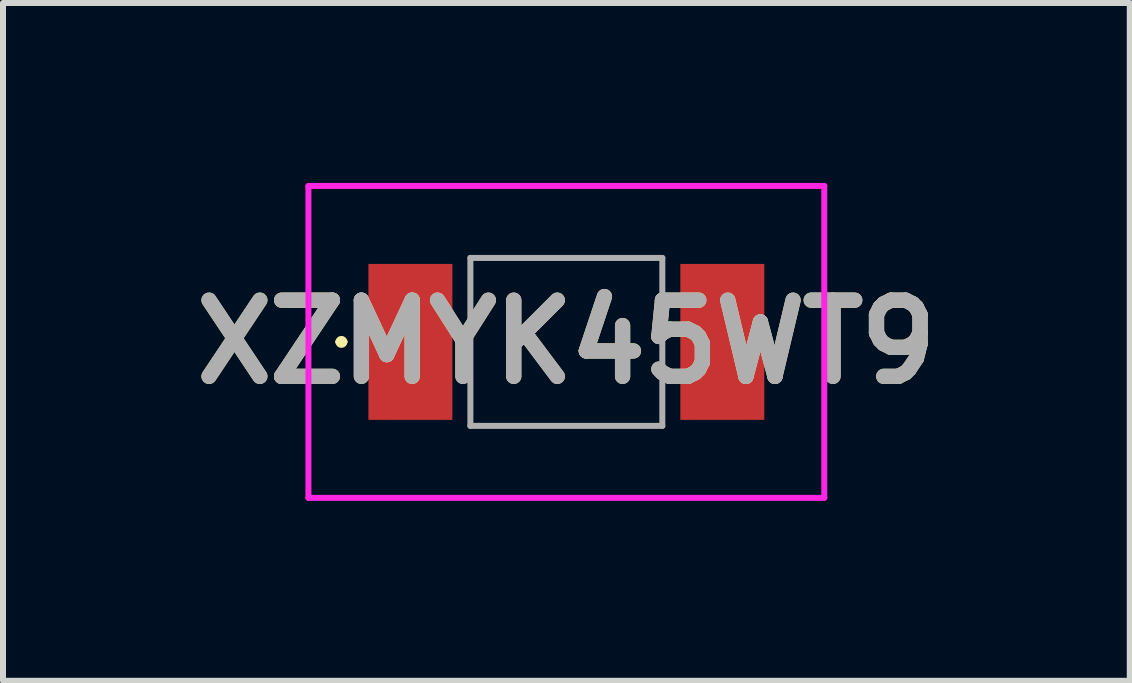
<source format=kicad_pcb>
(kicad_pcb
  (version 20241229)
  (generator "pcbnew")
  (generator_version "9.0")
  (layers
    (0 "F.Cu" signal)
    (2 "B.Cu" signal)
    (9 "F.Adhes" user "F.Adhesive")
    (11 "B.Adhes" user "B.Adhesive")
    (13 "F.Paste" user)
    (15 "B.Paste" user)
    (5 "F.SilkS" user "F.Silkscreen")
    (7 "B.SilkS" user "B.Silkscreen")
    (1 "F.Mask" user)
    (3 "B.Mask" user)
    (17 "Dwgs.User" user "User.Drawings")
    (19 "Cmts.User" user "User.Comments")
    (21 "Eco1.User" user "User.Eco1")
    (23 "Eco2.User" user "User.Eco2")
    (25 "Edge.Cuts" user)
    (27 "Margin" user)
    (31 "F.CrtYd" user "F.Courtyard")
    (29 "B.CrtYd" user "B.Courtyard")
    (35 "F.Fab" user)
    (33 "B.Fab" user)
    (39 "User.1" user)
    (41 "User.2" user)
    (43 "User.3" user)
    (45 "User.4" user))
  (footprint "XZMYK45WT9"
    (layer "F.Cu")
    (at 6.392 2.65)
    (property "Reference" "XZMYK45WT9" (at 0 0 0) (layer "F.SilkS") (effects (font (size 1.27 1.27) (thickness 0.254))))
    (attr through_hole)
    (fp_line (start -3.8 0) (end -3.8 0) (stroke (width 0.1) (type solid)) (layer "F.SilkS"))
    (fp_line (start -3.7 0) (end -3.7 0) (stroke (width 0.1) (type solid)) (layer "F.SilkS"))
    (fp_arc (start -3.8 0) (mid -3.75 -0.05) (end -3.7 0) (stroke (width 0.1) (type solid)) (layer "F.SilkS"))
    (fp_arc (start -3.7 0) (mid -3.75 0.05) (end -3.8 0) (stroke (width 0.1) (type solid)) (layer "F.SilkS"))
    (fp_line (start -4.3 -2.6) (end 4.3 -2.6) (stroke (width 0.1) (type solid)) (layer "F.CrtYd"))
    (fp_line (start -4.3 2.6) (end -4.3 -2.6) (stroke (width 0.1) (type solid)) (layer "F.CrtYd"))
    (fp_line (start 4.3 -2.6) (end 4.3 2.6) (stroke (width 0.1) (type solid)) (layer "F.CrtYd"))
    (fp_line (start 4.3 2.6) (end -4.3 2.6) (stroke (width 0.1) (type solid)) (layer "F.CrtYd"))
    (fp_line (start -1.6 -1.4) (end 1.6 -1.4) (stroke (width 0.1) (type solid)) (layer "F.Fab"))
    (fp_line (start -1.6 1.4) (end -1.6 -1.4) (stroke (width 0.1) (type solid)) (layer "F.Fab"))
    (fp_line (start 1.6 -1.4) (end 1.6 1.4) (stroke (width 0.1) (type solid)) (layer "F.Fab"))
    (fp_line (start 1.6 1.4) (end -1.6 1.4) (stroke (width 0.1) (type solid)) (layer "F.Fab"))
    (fp_text user "${REFERENCE}" (at 0 0 0) (layer "F.Fab") (effects (font (size 1.27 1.27) (thickness 0.254))))
    (pad "" np_thru_hole circle (at 0 0) (size 0.001 0.001) (drill 3.2) (layers "*.Cu" "*.Mask"))
    (pad "1" smd rect (at -2.6 0) (size 1.4 2.6) (layers "F.Cu" "F.Mask" "F.Paste"))
    (pad "2" smd rect (at 2.6 0) (size 1.4 2.6) (layers "F.Cu" "F.Mask" "F.Paste")))
  (gr_rect
    (start -3 -3)
    (end 15.785 8.3)
    (stroke (width 0.1) (type default))
    (fill no)
    (layer "Edge.Cuts")))
</source>
